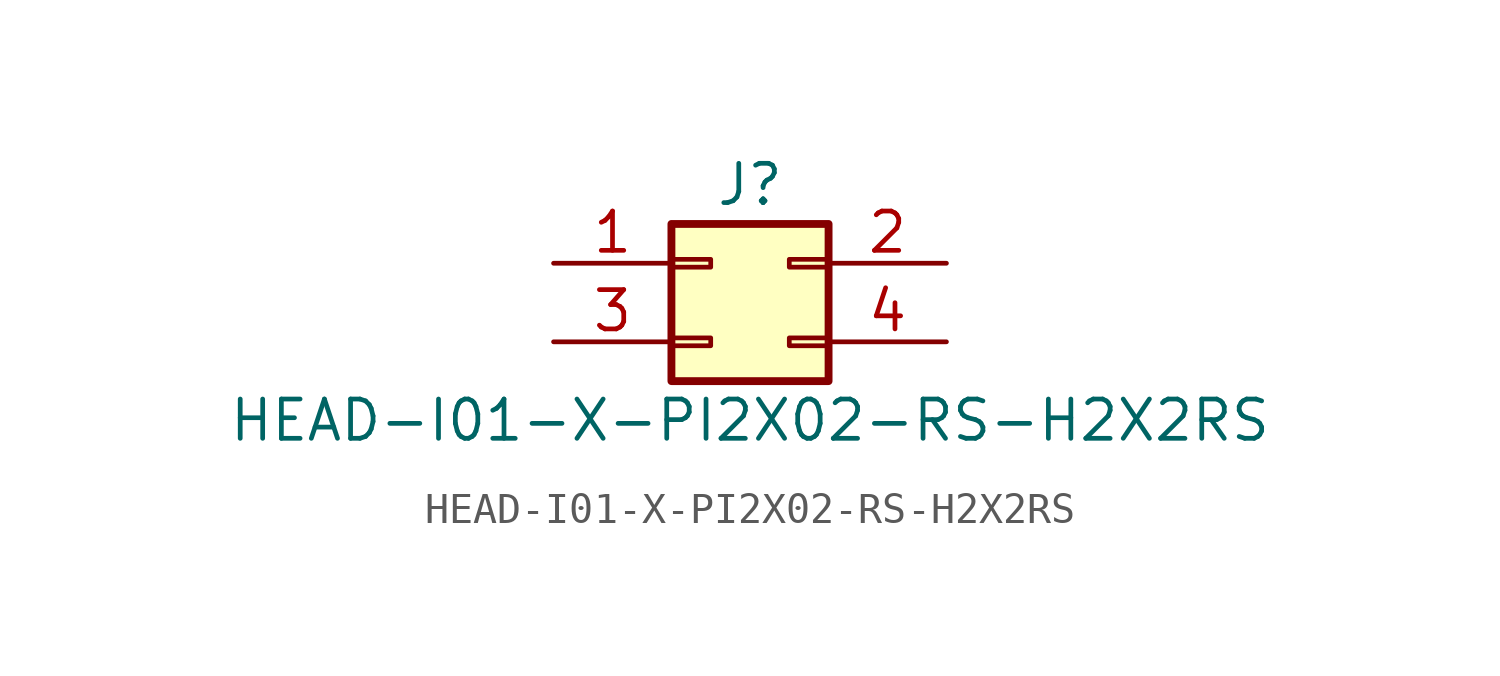
<source format=kicad_sym>
(kicad_symbol_lib
  (version 20211014)
  (generator kicad_symbol_editor)
  (symbol "HEAD-I01-X-PI2X02-RS-H2X2RS"
    (pin_names
      (offset 1.016) hide)
    (property "Reference" "J"
      (at 1.27 2.54 0)
      (effects (font (size 1.27 1.27))))
    (property "Value" "HEAD-I01-X-PI2X02-RS-H2X2RS"
      (at 1.27 -5.08 0)
      (effects (font (size 1.27 1.27))))
    (symbol "HEAD-I01-X-PI2X02-RS-H2X2RS_1_1"
      (rectangle (start -1.27 -2.413) (end 0 -2.667) (stroke (width 0.152) (type default) (color 0 0 0 0)) (fill (type none)))
      (rectangle (start -1.27 0.127) (end 0 -0.127) (stroke (width 0.152) (type default) (color 0 0 0 0)) (fill (type none)))
      (rectangle (start -1.27 1.27) (end 3.81 -3.81) (stroke (width 0.254) (type default) (color 0 0 0 0)) (fill (type background)))
      (rectangle (start 3.81 -2.413) (end 2.54 -2.667) (stroke (width 0.152) (type default) (color 0 0 0 0)) (fill (type none)))
      (rectangle (start 3.81 0.127) (end 2.54 -0.127) (stroke (width 0.152) (type default) (color 0 0 0 0)) (fill (type none)))
      (pin passive line (at -5.08 0 0) (length 3.81) (name "Pin_1" (effects (font (size 1.27 1.27)))) (number "1" (effects (font (size 1.27 1.27)))))
      (pin passive line (at 7.62 0 180) (length 3.81) (name "Pin_2" (effects (font (size 1.27 1.27)))) (number "2" (effects (font (size 1.27 1.27)))))
      (pin passive line (at -5.08 -2.54 0) (length 3.81) (name "Pin_3" (effects (font (size 1.27 1.27)))) (number "3" (effects (font (size 1.27 1.27)))))
      (pin passive line (at 7.62 -2.54 180) (length 3.81) (name "Pin_4" (effects (font (size 1.27 1.27)))) (number "4" (effects (font (size 1.27 1.27))))))))
</source>
